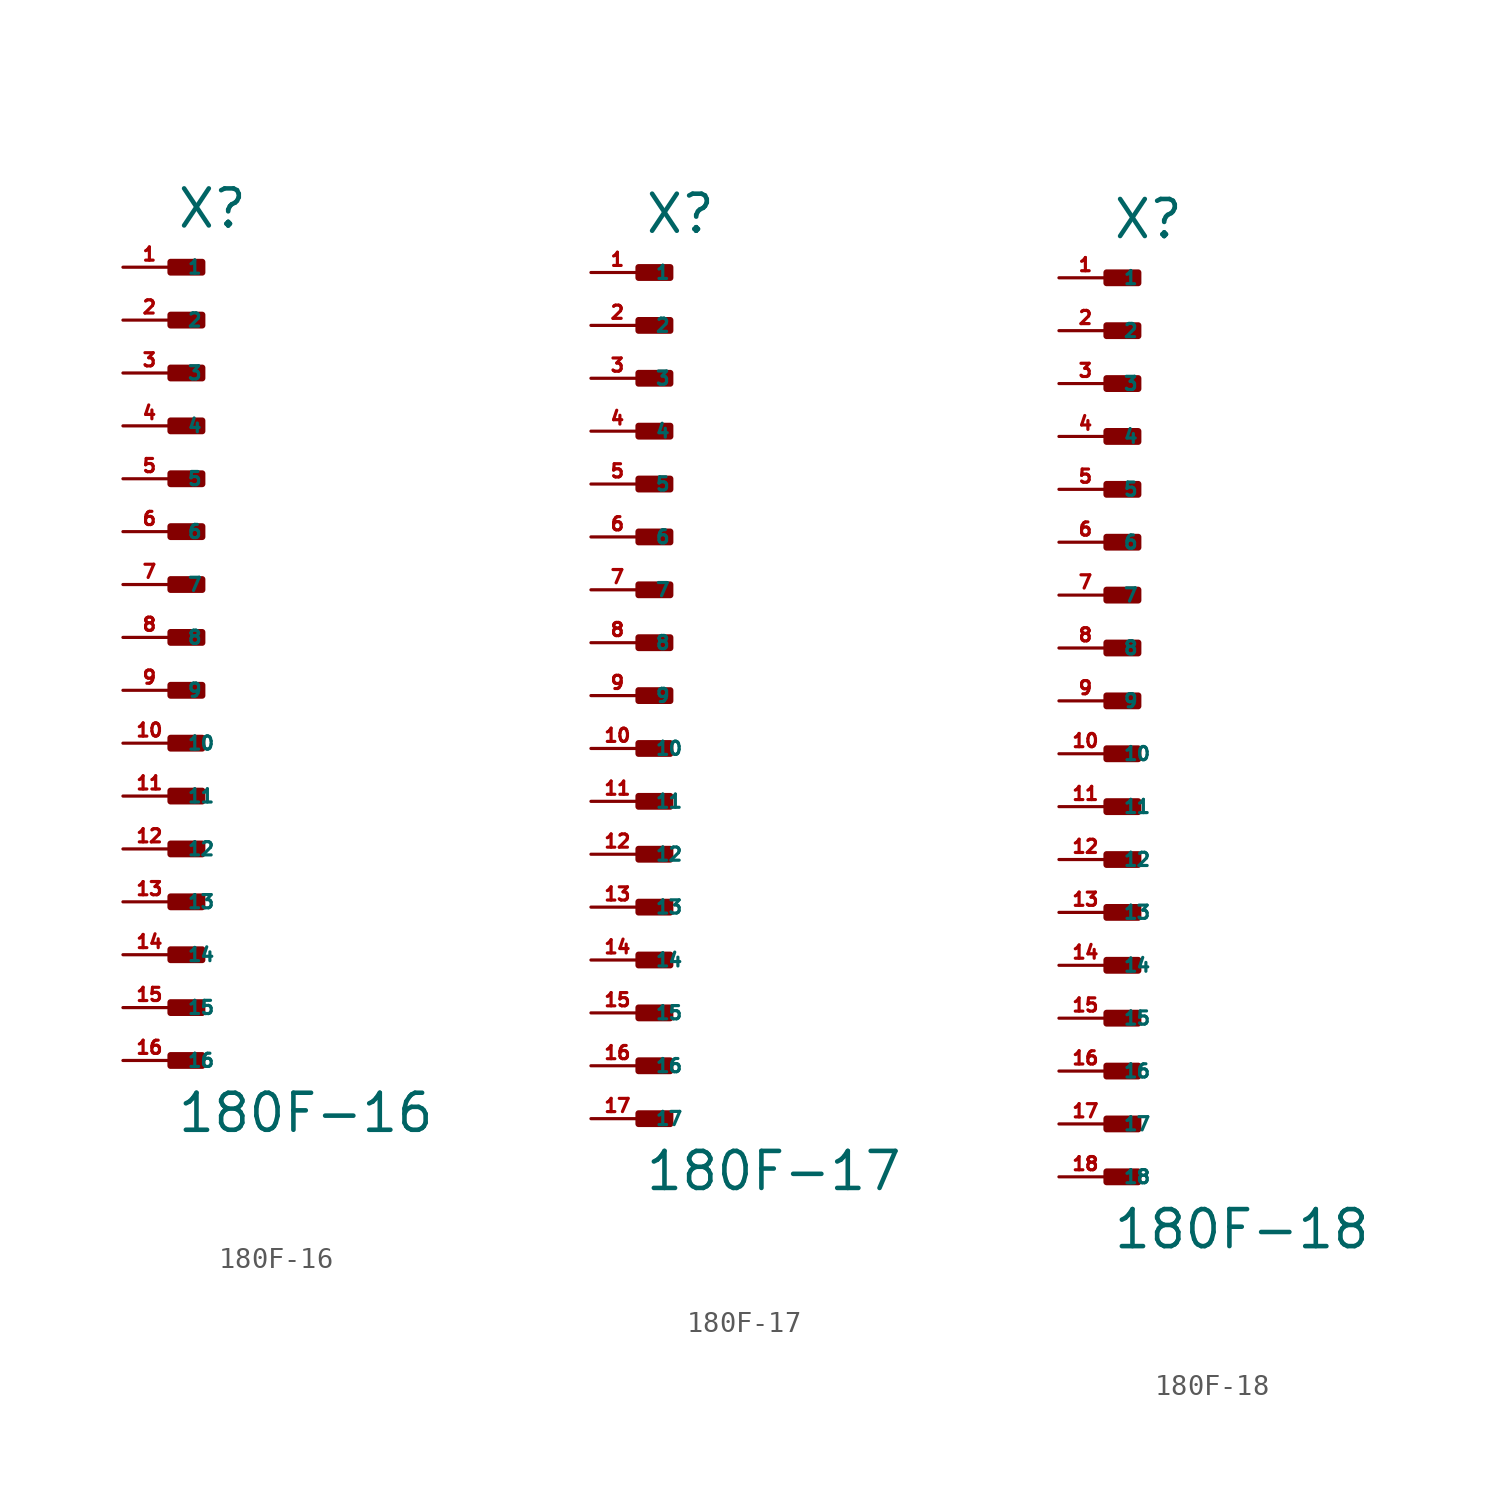
<source format=kicad_sym>
(kicad_symbol_lib
  (version 20220914)
  (generator Eagle2Kicad)
  (symbol "180F-16"
    (property "Reference" "X"
      (at 0 19.558 0)
      (effects (font (size 1.778 1.778) (thickness 0.22)) (justify left bottom)))
    (property "Value" "180F-16"
      (at 0 -23.876 0)
      (effects (font (size 1.778 1.778) (thickness 0.22)) (justify left bottom)))
    (rectangle
      (start -0.254 17.526)
      (end 1.27 18.034)
      (stroke (width 0.3) (type default))
      (fill (type outline)))
    (rectangle
      (start -0.254 14.986)
      (end 1.27 15.494)
      (stroke (width 0.3) (type default))
      (fill (type outline)))
    (rectangle
      (start -0.254 12.446)
      (end 1.27 12.954)
      (stroke (width 0.3) (type default))
      (fill (type outline)))
    (rectangle
      (start -0.254 9.906)
      (end 1.27 10.414)
      (stroke (width 0.3) (type default))
      (fill (type outline)))
    (rectangle
      (start -0.254 7.366)
      (end 1.27 7.874)
      (stroke (width 0.3) (type default))
      (fill (type outline)))
    (rectangle
      (start -0.254 4.826)
      (end 1.27 5.334)
      (stroke (width 0.3) (type default))
      (fill (type outline)))
    (rectangle
      (start -0.254 2.286)
      (end 1.27 2.794)
      (stroke (width 0.3) (type default))
      (fill (type outline)))
    (rectangle
      (start -0.254 -0.254)
      (end 1.27 0.254)
      (stroke (width 0.3) (type default))
      (fill (type outline)))
    (rectangle
      (start -0.254 -2.794)
      (end 1.27 -2.286)
      (stroke (width 0.3) (type default))
      (fill (type outline)))
    (rectangle
      (start -0.254 -5.334)
      (end 1.27 -4.826)
      (stroke (width 0.3) (type default))
      (fill (type outline)))
    (rectangle
      (start -0.254 -7.874)
      (end 1.27 -7.366)
      (stroke (width 0.3) (type default))
      (fill (type outline)))
    (rectangle
      (start -0.254 -10.414)
      (end 1.27 -9.906)
      (stroke (width 0.3) (type default))
      (fill (type outline)))
    (rectangle
      (start -0.254 -12.954)
      (end 1.27 -12.446)
      (stroke (width 0.3) (type default))
      (fill (type outline)))
    (rectangle
      (start -0.254 -15.494)
      (end 1.27 -14.986)
      (stroke (width 0.3) (type default))
      (fill (type outline)))
    (rectangle
      (start -0.254 -18.034)
      (end 1.27 -17.526)
      (stroke (width 0.3) (type default))
      (fill (type outline)))
    (rectangle
      (start -0.254 -20.574)
      (end 1.27 -20.066)
      (stroke (width 0.3) (type default))
      (fill (type outline)))
    (pin passive line
      (at -2.54 17.78 0)
      (length 2.54)
      (name "1" (effects (font (size 0.635 0.635) (thickness 0.08)) (justify left bottom)))
      (number "1" (effects (font (size 0.635 0.635) (thickness 0.08)) (justify left bottom))))
    (pin passive line
      (at -2.54 15.24 0)
      (length 2.54)
      (name "2" (effects (font (size 0.635 0.635) (thickness 0.08)) (justify left bottom)))
      (number "2" (effects (font (size 0.635 0.635) (thickness 0.08)) (justify left bottom))))
    (pin passive line
      (at -2.54 12.7 0)
      (length 2.54)
      (name "3" (effects (font (size 0.635 0.635) (thickness 0.08)) (justify left bottom)))
      (number "3" (effects (font (size 0.635 0.635) (thickness 0.08)) (justify left bottom))))
    (pin passive line
      (at -2.54 10.16 0)
      (length 2.54)
      (name "4" (effects (font (size 0.635 0.635) (thickness 0.08)) (justify left bottom)))
      (number "4" (effects (font (size 0.635 0.635) (thickness 0.08)) (justify left bottom))))
    (pin passive line
      (at -2.54 7.62 0)
      (length 2.54)
      (name "5" (effects (font (size 0.635 0.635) (thickness 0.08)) (justify left bottom)))
      (number "5" (effects (font (size 0.635 0.635) (thickness 0.08)) (justify left bottom))))
    (pin passive line
      (at -2.54 5.08 0)
      (length 2.54)
      (name "6" (effects (font (size 0.635 0.635) (thickness 0.08)) (justify left bottom)))
      (number "6" (effects (font (size 0.635 0.635) (thickness 0.08)) (justify left bottom))))
    (pin passive line
      (at -2.54 2.54 0)
      (length 2.54)
      (name "7" (effects (font (size 0.635 0.635) (thickness 0.08)) (justify left bottom)))
      (number "7" (effects (font (size 0.635 0.635) (thickness 0.08)) (justify left bottom))))
    (pin passive line
      (at -2.54 0 0)
      (length 2.54)
      (name "8" (effects (font (size 0.635 0.635) (thickness 0.08)) (justify left bottom)))
      (number "8" (effects (font (size 0.635 0.635) (thickness 0.08)) (justify left bottom))))
    (pin passive line
      (at -2.54 -2.54 0)
      (length 2.54)
      (name "9" (effects (font (size 0.635 0.635) (thickness 0.08)) (justify left bottom)))
      (number "9" (effects (font (size 0.635 0.635) (thickness 0.08)) (justify left bottom))))
    (pin passive line
      (at -2.54 -5.08 0)
      (length 2.54)
      (name "10" (effects (font (size 0.635 0.635) (thickness 0.08)) (justify left bottom)))
      (number "10" (effects (font (size 0.635 0.635) (thickness 0.08)) (justify left bottom))))
    (pin passive line
      (at -2.54 -7.62 0)
      (length 2.54)
      (name "11" (effects (font (size 0.635 0.635) (thickness 0.08)) (justify left bottom)))
      (number "11" (effects (font (size 0.635 0.635) (thickness 0.08)) (justify left bottom))))
    (pin passive line
      (at -2.54 -10.16 0)
      (length 2.54)
      (name "12" (effects (font (size 0.635 0.635) (thickness 0.08)) (justify left bottom)))
      (number "12" (effects (font (size 0.635 0.635) (thickness 0.08)) (justify left bottom))))
    (pin passive line
      (at -2.54 -12.7 0)
      (length 2.54)
      (name "13" (effects (font (size 0.635 0.635) (thickness 0.08)) (justify left bottom)))
      (number "13" (effects (font (size 0.635 0.635) (thickness 0.08)) (justify left bottom))))
    (pin passive line
      (at -2.54 -15.24 0)
      (length 2.54)
      (name "14" (effects (font (size 0.635 0.635) (thickness 0.08)) (justify left bottom)))
      (number "14" (effects (font (size 0.635 0.635) (thickness 0.08)) (justify left bottom))))
    (pin passive line
      (at -2.54 -17.78 0)
      (length 2.54)
      (name "15" (effects (font (size 0.635 0.635) (thickness 0.08)) (justify left bottom)))
      (number "15" (effects (font (size 0.635 0.635) (thickness 0.08)) (justify left bottom))))
    (pin passive line
      (at -2.54 -20.32 0)
      (length 2.54)
      (name "16" (effects (font (size 0.635 0.635) (thickness 0.08)) (justify left bottom)))
      (number "16" (effects (font (size 0.635 0.635) (thickness 0.08)) (justify left bottom)))))
  (symbol "180F-17"
    (property "Reference" "X"
      (at 0 22.098 0)
      (effects (font (size 1.778 1.778) (thickness 0.22)) (justify left bottom)))
    (property "Value" "180F-17"
      (at 0 -23.876 0)
      (effects (font (size 1.778 1.778) (thickness 0.22)) (justify left bottom)))
    (rectangle
      (start -0.254 20.066)
      (end 1.27 20.574)
      (stroke (width 0.3) (type default))
      (fill (type outline)))
    (rectangle
      (start -0.254 17.526)
      (end 1.27 18.034)
      (stroke (width 0.3) (type default))
      (fill (type outline)))
    (rectangle
      (start -0.254 14.986)
      (end 1.27 15.494)
      (stroke (width 0.3) (type default))
      (fill (type outline)))
    (rectangle
      (start -0.254 12.446)
      (end 1.27 12.954)
      (stroke (width 0.3) (type default))
      (fill (type outline)))
    (rectangle
      (start -0.254 9.906)
      (end 1.27 10.414)
      (stroke (width 0.3) (type default))
      (fill (type outline)))
    (rectangle
      (start -0.254 7.366)
      (end 1.27 7.874)
      (stroke (width 0.3) (type default))
      (fill (type outline)))
    (rectangle
      (start -0.254 4.826)
      (end 1.27 5.334)
      (stroke (width 0.3) (type default))
      (fill (type outline)))
    (rectangle
      (start -0.254 2.286)
      (end 1.27 2.794)
      (stroke (width 0.3) (type default))
      (fill (type outline)))
    (rectangle
      (start -0.254 -0.254)
      (end 1.27 0.254)
      (stroke (width 0.3) (type default))
      (fill (type outline)))
    (rectangle
      (start -0.254 -2.794)
      (end 1.27 -2.286)
      (stroke (width 0.3) (type default))
      (fill (type outline)))
    (rectangle
      (start -0.254 -5.334)
      (end 1.27 -4.826)
      (stroke (width 0.3) (type default))
      (fill (type outline)))
    (rectangle
      (start -0.254 -7.874)
      (end 1.27 -7.366)
      (stroke (width 0.3) (type default))
      (fill (type outline)))
    (rectangle
      (start -0.254 -10.414)
      (end 1.27 -9.906)
      (stroke (width 0.3) (type default))
      (fill (type outline)))
    (rectangle
      (start -0.254 -12.954)
      (end 1.27 -12.446)
      (stroke (width 0.3) (type default))
      (fill (type outline)))
    (rectangle
      (start -0.254 -15.494)
      (end 1.27 -14.986)
      (stroke (width 0.3) (type default))
      (fill (type outline)))
    (rectangle
      (start -0.254 -18.034)
      (end 1.27 -17.526)
      (stroke (width 0.3) (type default))
      (fill (type outline)))
    (rectangle
      (start -0.254 -20.574)
      (end 1.27 -20.066)
      (stroke (width 0.3) (type default))
      (fill (type outline)))
    (pin passive line
      (at -2.54 20.32 0)
      (length 2.54)
      (name "1" (effects (font (size 0.635 0.635) (thickness 0.08)) (justify left bottom)))
      (number "1" (effects (font (size 0.635 0.635) (thickness 0.08)) (justify left bottom))))
    (pin passive line
      (at -2.54 17.78 0)
      (length 2.54)
      (name "2" (effects (font (size 0.635 0.635) (thickness 0.08)) (justify left bottom)))
      (number "2" (effects (font (size 0.635 0.635) (thickness 0.08)) (justify left bottom))))
    (pin passive line
      (at -2.54 15.24 0)
      (length 2.54)
      (name "3" (effects (font (size 0.635 0.635) (thickness 0.08)) (justify left bottom)))
      (number "3" (effects (font (size 0.635 0.635) (thickness 0.08)) (justify left bottom))))
    (pin passive line
      (at -2.54 12.7 0)
      (length 2.54)
      (name "4" (effects (font (size 0.635 0.635) (thickness 0.08)) (justify left bottom)))
      (number "4" (effects (font (size 0.635 0.635) (thickness 0.08)) (justify left bottom))))
    (pin passive line
      (at -2.54 10.16 0)
      (length 2.54)
      (name "5" (effects (font (size 0.635 0.635) (thickness 0.08)) (justify left bottom)))
      (number "5" (effects (font (size 0.635 0.635) (thickness 0.08)) (justify left bottom))))
    (pin passive line
      (at -2.54 7.62 0)
      (length 2.54)
      (name "6" (effects (font (size 0.635 0.635) (thickness 0.08)) (justify left bottom)))
      (number "6" (effects (font (size 0.635 0.635) (thickness 0.08)) (justify left bottom))))
    (pin passive line
      (at -2.54 5.08 0)
      (length 2.54)
      (name "7" (effects (font (size 0.635 0.635) (thickness 0.08)) (justify left bottom)))
      (number "7" (effects (font (size 0.635 0.635) (thickness 0.08)) (justify left bottom))))
    (pin passive line
      (at -2.54 2.54 0)
      (length 2.54)
      (name "8" (effects (font (size 0.635 0.635) (thickness 0.08)) (justify left bottom)))
      (number "8" (effects (font (size 0.635 0.635) (thickness 0.08)) (justify left bottom))))
    (pin passive line
      (at -2.54 0 0)
      (length 2.54)
      (name "9" (effects (font (size 0.635 0.635) (thickness 0.08)) (justify left bottom)))
      (number "9" (effects (font (size 0.635 0.635) (thickness 0.08)) (justify left bottom))))
    (pin passive line
      (at -2.54 -2.54 0)
      (length 2.54)
      (name "10" (effects (font (size 0.635 0.635) (thickness 0.08)) (justify left bottom)))
      (number "10" (effects (font (size 0.635 0.635) (thickness 0.08)) (justify left bottom))))
    (pin passive line
      (at -2.54 -5.08 0)
      (length 2.54)
      (name "11" (effects (font (size 0.635 0.635) (thickness 0.08)) (justify left bottom)))
      (number "11" (effects (font (size 0.635 0.635) (thickness 0.08)) (justify left bottom))))
    (pin passive line
      (at -2.54 -7.62 0)
      (length 2.54)
      (name "12" (effects (font (size 0.635 0.635) (thickness 0.08)) (justify left bottom)))
      (number "12" (effects (font (size 0.635 0.635) (thickness 0.08)) (justify left bottom))))
    (pin passive line
      (at -2.54 -10.16 0)
      (length 2.54)
      (name "13" (effects (font (size 0.635 0.635) (thickness 0.08)) (justify left bottom)))
      (number "13" (effects (font (size 0.635 0.635) (thickness 0.08)) (justify left bottom))))
    (pin passive line
      (at -2.54 -12.7 0)
      (length 2.54)
      (name "14" (effects (font (size 0.635 0.635) (thickness 0.08)) (justify left bottom)))
      (number "14" (effects (font (size 0.635 0.635) (thickness 0.08)) (justify left bottom))))
    (pin passive line
      (at -2.54 -15.24 0)
      (length 2.54)
      (name "15" (effects (font (size 0.635 0.635) (thickness 0.08)) (justify left bottom)))
      (number "15" (effects (font (size 0.635 0.635) (thickness 0.08)) (justify left bottom))))
    (pin passive line
      (at -2.54 -17.78 0)
      (length 2.54)
      (name "16" (effects (font (size 0.635 0.635) (thickness 0.08)) (justify left bottom)))
      (number "16" (effects (font (size 0.635 0.635) (thickness 0.08)) (justify left bottom))))
    (pin passive line
      (at -2.54 -20.32 0)
      (length 2.54)
      (name "17" (effects (font (size 0.635 0.635) (thickness 0.08)) (justify left bottom)))
      (number "17" (effects (font (size 0.635 0.635) (thickness 0.08)) (justify left bottom)))))
  (symbol "180F-18"
    (property "Reference" "X"
      (at 0 22.098 0)
      (effects (font (size 1.778 1.778) (thickness 0.22)) (justify left bottom)))
    (property "Value" "180F-18"
      (at 0 -26.416 0)
      (effects (font (size 1.778 1.778) (thickness 0.22)) (justify left bottom)))
    (rectangle
      (start -0.254 20.066)
      (end 1.27 20.574)
      (stroke (width 0.3) (type default))
      (fill (type outline)))
    (rectangle
      (start -0.254 17.526)
      (end 1.27 18.034)
      (stroke (width 0.3) (type default))
      (fill (type outline)))
    (rectangle
      (start -0.254 14.986)
      (end 1.27 15.494)
      (stroke (width 0.3) (type default))
      (fill (type outline)))
    (rectangle
      (start -0.254 12.446)
      (end 1.27 12.954)
      (stroke (width 0.3) (type default))
      (fill (type outline)))
    (rectangle
      (start -0.254 9.906)
      (end 1.27 10.414)
      (stroke (width 0.3) (type default))
      (fill (type outline)))
    (rectangle
      (start -0.254 7.366)
      (end 1.27 7.874)
      (stroke (width 0.3) (type default))
      (fill (type outline)))
    (rectangle
      (start -0.254 4.826)
      (end 1.27 5.334)
      (stroke (width 0.3) (type default))
      (fill (type outline)))
    (rectangle
      (start -0.254 2.286)
      (end 1.27 2.794)
      (stroke (width 0.3) (type default))
      (fill (type outline)))
    (rectangle
      (start -0.254 -0.254)
      (end 1.27 0.254)
      (stroke (width 0.3) (type default))
      (fill (type outline)))
    (rectangle
      (start -0.254 -2.794)
      (end 1.27 -2.286)
      (stroke (width 0.3) (type default))
      (fill (type outline)))
    (rectangle
      (start -0.254 -5.334)
      (end 1.27 -4.826)
      (stroke (width 0.3) (type default))
      (fill (type outline)))
    (rectangle
      (start -0.254 -7.874)
      (end 1.27 -7.366)
      (stroke (width 0.3) (type default))
      (fill (type outline)))
    (rectangle
      (start -0.254 -10.414)
      (end 1.27 -9.906)
      (stroke (width 0.3) (type default))
      (fill (type outline)))
    (rectangle
      (start -0.254 -12.954)
      (end 1.27 -12.446)
      (stroke (width 0.3) (type default))
      (fill (type outline)))
    (rectangle
      (start -0.254 -15.494)
      (end 1.27 -14.986)
      (stroke (width 0.3) (type default))
      (fill (type outline)))
    (rectangle
      (start -0.254 -18.034)
      (end 1.27 -17.526)
      (stroke (width 0.3) (type default))
      (fill (type outline)))
    (rectangle
      (start -0.254 -20.574)
      (end 1.27 -20.066)
      (stroke (width 0.3) (type default))
      (fill (type outline)))
    (rectangle
      (start -0.254 -23.114)
      (end 1.27 -22.606)
      (stroke (width 0.3) (type default))
      (fill (type outline)))
    (pin passive line
      (at -2.54 20.32 0)
      (length 2.54)
      (name "1" (effects (font (size 0.635 0.635) (thickness 0.08)) (justify left bottom)))
      (number "1" (effects (font (size 0.635 0.635) (thickness 0.08)) (justify left bottom))))
    (pin passive line
      (at -2.54 17.78 0)
      (length 2.54)
      (name "2" (effects (font (size 0.635 0.635) (thickness 0.08)) (justify left bottom)))
      (number "2" (effects (font (size 0.635 0.635) (thickness 0.08)) (justify left bottom))))
    (pin passive line
      (at -2.54 15.24 0)
      (length 2.54)
      (name "3" (effects (font (size 0.635 0.635) (thickness 0.08)) (justify left bottom)))
      (number "3" (effects (font (size 0.635 0.635) (thickness 0.08)) (justify left bottom))))
    (pin passive line
      (at -2.54 12.7 0)
      (length 2.54)
      (name "4" (effects (font (size 0.635 0.635) (thickness 0.08)) (justify left bottom)))
      (number "4" (effects (font (size 0.635 0.635) (thickness 0.08)) (justify left bottom))))
    (pin passive line
      (at -2.54 10.16 0)
      (length 2.54)
      (name "5" (effects (font (size 0.635 0.635) (thickness 0.08)) (justify left bottom)))
      (number "5" (effects (font (size 0.635 0.635) (thickness 0.08)) (justify left bottom))))
    (pin passive line
      (at -2.54 7.62 0)
      (length 2.54)
      (name "6" (effects (font (size 0.635 0.635) (thickness 0.08)) (justify left bottom)))
      (number "6" (effects (font (size 0.635 0.635) (thickness 0.08)) (justify left bottom))))
    (pin passive line
      (at -2.54 5.08 0)
      (length 2.54)
      (name "7" (effects (font (size 0.635 0.635) (thickness 0.08)) (justify left bottom)))
      (number "7" (effects (font (size 0.635 0.635) (thickness 0.08)) (justify left bottom))))
    (pin passive line
      (at -2.54 2.54 0)
      (length 2.54)
      (name "8" (effects (font (size 0.635 0.635) (thickness 0.08)) (justify left bottom)))
      (number "8" (effects (font (size 0.635 0.635) (thickness 0.08)) (justify left bottom))))
    (pin passive line
      (at -2.54 0 0)
      (length 2.54)
      (name "9" (effects (font (size 0.635 0.635) (thickness 0.08)) (justify left bottom)))
      (number "9" (effects (font (size 0.635 0.635) (thickness 0.08)) (justify left bottom))))
    (pin passive line
      (at -2.54 -2.54 0)
      (length 2.54)
      (name "10" (effects (font (size 0.635 0.635) (thickness 0.08)) (justify left bottom)))
      (number "10" (effects (font (size 0.635 0.635) (thickness 0.08)) (justify left bottom))))
    (pin passive line
      (at -2.54 -5.08 0)
      (length 2.54)
      (name "11" (effects (font (size 0.635 0.635) (thickness 0.08)) (justify left bottom)))
      (number "11" (effects (font (size 0.635 0.635) (thickness 0.08)) (justify left bottom))))
    (pin passive line
      (at -2.54 -7.62 0)
      (length 2.54)
      (name "12" (effects (font (size 0.635 0.635) (thickness 0.08)) (justify left bottom)))
      (number "12" (effects (font (size 0.635 0.635) (thickness 0.08)) (justify left bottom))))
    (pin passive line
      (at -2.54 -10.16 0)
      (length 2.54)
      (name "13" (effects (font (size 0.635 0.635) (thickness 0.08)) (justify left bottom)))
      (number "13" (effects (font (size 0.635 0.635) (thickness 0.08)) (justify left bottom))))
    (pin passive line
      (at -2.54 -12.7 0)
      (length 2.54)
      (name "14" (effects (font (size 0.635 0.635) (thickness 0.08)) (justify left bottom)))
      (number "14" (effects (font (size 0.635 0.635) (thickness 0.08)) (justify left bottom))))
    (pin passive line
      (at -2.54 -15.24 0)
      (length 2.54)
      (name "15" (effects (font (size 0.635 0.635) (thickness 0.08)) (justify left bottom)))
      (number "15" (effects (font (size 0.635 0.635) (thickness 0.08)) (justify left bottom))))
    (pin passive line
      (at -2.54 -17.78 0)
      (length 2.54)
      (name "16" (effects (font (size 0.635 0.635) (thickness 0.08)) (justify left bottom)))
      (number "16" (effects (font (size 0.635 0.635) (thickness 0.08)) (justify left bottom))))
    (pin passive line
      (at -2.54 -20.32 0)
      (length 2.54)
      (name "17" (effects (font (size 0.635 0.635) (thickness 0.08)) (justify left bottom)))
      (number "17" (effects (font (size 0.635 0.635) (thickness 0.08)) (justify left bottom))))
    (pin passive line
      (at -2.54 -22.86 0)
      (length 2.54)
      (name "18" (effects (font (size 0.635 0.635) (thickness 0.08)) (justify left bottom)))
      (number "18" (effects (font (size 0.635 0.635) (thickness 0.08)) (justify left bottom))))))
</source>
